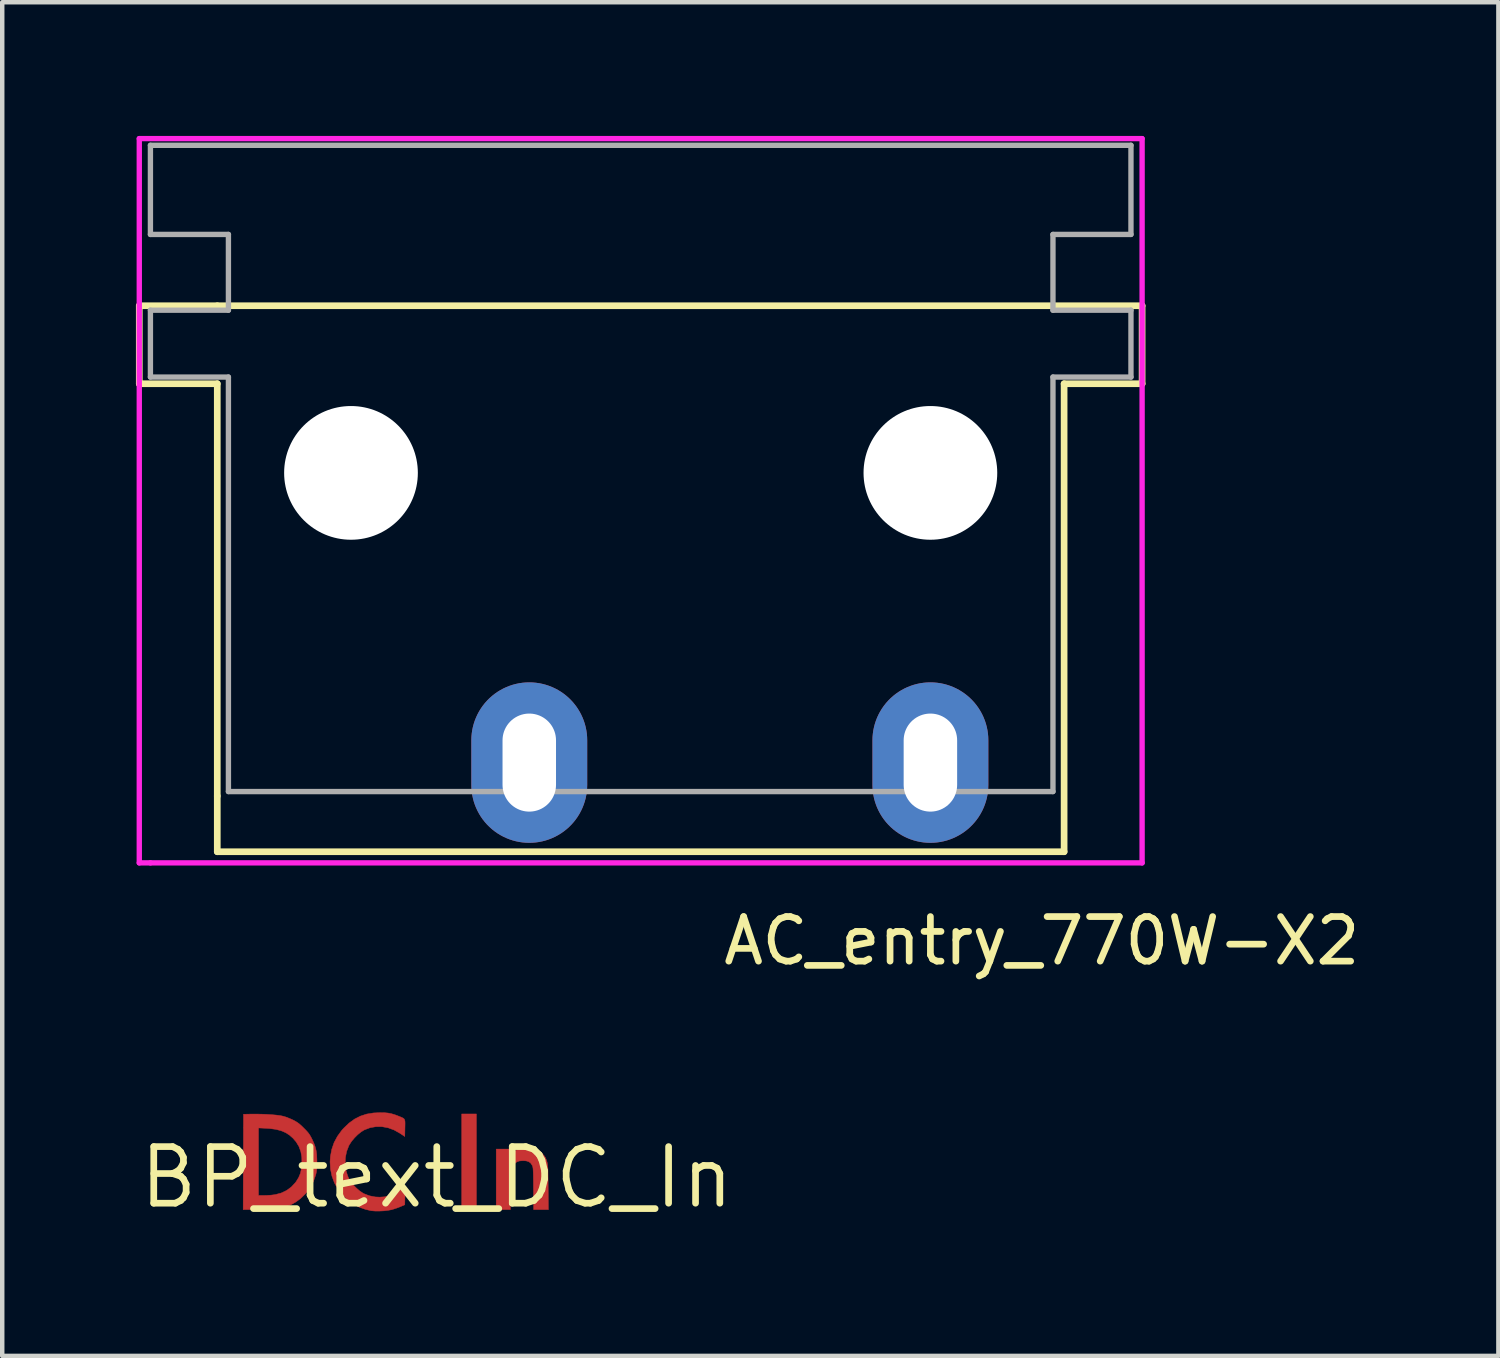
<source format=kicad_pcb>
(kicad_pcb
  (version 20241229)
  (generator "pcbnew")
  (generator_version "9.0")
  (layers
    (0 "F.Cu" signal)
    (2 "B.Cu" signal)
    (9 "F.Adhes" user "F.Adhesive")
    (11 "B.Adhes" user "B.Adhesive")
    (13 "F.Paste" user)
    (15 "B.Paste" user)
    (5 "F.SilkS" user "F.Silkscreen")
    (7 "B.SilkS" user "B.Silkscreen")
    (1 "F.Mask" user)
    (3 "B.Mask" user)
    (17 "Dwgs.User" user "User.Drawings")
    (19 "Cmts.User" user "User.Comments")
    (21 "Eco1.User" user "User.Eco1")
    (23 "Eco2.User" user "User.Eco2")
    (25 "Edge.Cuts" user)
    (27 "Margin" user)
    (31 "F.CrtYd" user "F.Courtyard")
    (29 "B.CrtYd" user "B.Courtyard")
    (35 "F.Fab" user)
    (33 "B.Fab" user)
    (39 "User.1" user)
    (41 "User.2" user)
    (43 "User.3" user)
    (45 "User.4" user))
  (footprint "BP_text_DC_In"
    (layer "F.Cu")
    (at 6.75 23.366)
    (property "Reference" "BP_text_DC_In" (at 0 0 0) (layer "F.SilkS") (effects (font (size 1.27 1.27) (thickness 0.15))))
    (attr through_hole)
    (fp_poly (pts (xy 0.889 0.724) (xy 0.559 0.724) (xy 0.559 -1.422) (xy 0.889 -1.422) (xy 0.889 0.724)) (stroke (width 0.01) (type solid)) (fill yes) (layer "F.Cu"))
    (fp_poly (pts (xy 2.125 -0.658) (xy 2.207 -0.639) (xy 2.278 -0.605) (xy 2.345 -0.553) (xy 2.364 -0.535) (xy 2.406 -0.489) (xy 2.435 -0.448) (xy 2.456 -0.399) (xy 2.465 -0.375) (xy 2.472 -0.351) (xy 2.478 -0.329) (xy 2.483 -0.304) (xy 2.487 -0.275) (xy 2.49 -0.239) (xy 2.493 -0.192) (xy 2.495 -0.132) (xy 2.496 -0.056) (xy 2.497 0.039) (xy 2.498 0.154) (xy 2.499 0.219) (xy 2.504 0.724) (xy 2.173 0.724) (xy 2.169 0.251) (xy 2.168 0.129) (xy 2.167 0.029) (xy 2.166 -0.05) (xy 2.164 -0.112) (xy 2.162 -0.16) (xy 2.16 -0.195) (xy 2.156 -0.221) (xy 2.152 -0.241) (xy 2.146 -0.257) (xy 2.139 -0.271) (xy 2.137 -0.276) (xy 2.104 -0.323) (xy 2.061 -0.353) (xy 2.004 -0.37) (xy 1.937 -0.374) (xy 1.859 -0.369) (xy 1.8 -0.35) (xy 1.754 -0.316) (xy 1.717 -0.263) (xy 1.711 -0.253) (xy 1.695 -0.216) (xy 1.682 -0.174) (xy 1.672 -0.122) (xy 1.664 -0.06) (xy 1.658 0.017) (xy 1.654 0.11) (xy 1.652 0.223) (xy 1.651 0.358) (xy 1.651 0.384) (xy 1.651 0.724) (xy 1.333 0.724) (xy 1.333 -0.635) (xy 1.651 -0.635) (xy 1.651 -0.519) (xy 1.715 -0.565) (xy 1.791 -0.614) (xy 1.866 -0.645) (xy 1.948 -0.661) (xy 2.026 -0.664) (xy 2.125 -0.658)) (stroke (width 0.01) (type solid)) (fill yes) (layer "F.Cu"))
    (fp_poly (pts (xy -3.929 -1.418) (xy -3.813 -1.413) (xy -3.702 -1.406) (xy -3.601 -1.397) (xy -3.516 -1.386) (xy -3.451 -1.373) (xy -3.448 -1.372) (xy -3.39 -1.355) (xy -3.322 -1.329) (xy -3.253 -1.3) (xy -3.226 -1.287) (xy -3.169 -1.257) (xy -3.123 -1.228) (xy -3.079 -1.195) (xy -3.03 -1.151) (xy -2.983 -1.105) (xy -2.929 -1.05) (xy -2.889 -1.005) (xy -2.857 -0.962) (xy -2.83 -0.917) (xy -2.802 -0.864) (xy -2.759 -0.77) (xy -2.728 -0.685) (xy -2.707 -0.602) (xy -2.695 -0.512) (xy -2.69 -0.409) (xy -2.689 -0.349) (xy -2.69 -0.265) (xy -2.693 -0.199) (xy -2.698 -0.145) (xy -2.706 -0.097) (xy -2.716 -0.057) (xy -2.769 0.095) (xy -2.845 0.236) (xy -2.941 0.362) (xy -3.056 0.473) (xy -3.076 0.489) (xy -3.153 0.545) (xy -3.23 0.592) (xy -3.31 0.631) (xy -3.395 0.662) (xy -3.49 0.685) (xy -3.597 0.703) (xy -3.719 0.714) (xy -3.86 0.721) (xy -4.022 0.724) (xy -4.065 0.724) (xy -4.344 0.724) (xy -4.343 0.406) (xy -4 0.406) (xy -3.869 0.406) (xy -3.797 0.404) (xy -3.718 0.399) (xy -3.647 0.39) (xy -3.625 0.387) (xy -3.492 0.352) (xy -3.372 0.295) (xy -3.265 0.217) (xy -3.174 0.12) (xy -3.156 0.096) (xy -3.099 0.003) (xy -3.059 -0.093) (xy -3.036 -0.198) (xy -3.026 -0.311) (xy -3.029 -0.453) (xy -3.051 -0.579) (xy -3.093 -0.693) (xy -3.156 -0.797) (xy -3.226 -0.878) (xy -3.306 -0.949) (xy -3.395 -1.005) (xy -3.495 -1.047) (xy -3.61 -1.077) (xy -3.742 -1.095) (xy -3.832 -1.101) (xy -4 -1.109) (xy -4 0.406) (xy -4.343 0.406) (xy -4.34 -0.346) (xy -4.337 -1.416) (xy -4.159 -1.42) (xy -4.046 -1.42) (xy -3.929 -1.418)) (stroke (width 0.01) (type solid)) (fill yes) (layer "F.Cu"))
    (fp_poly (pts (xy -1.178 -1.451) (xy -1.094 -1.443) (xy -1.017 -1.428) (xy -0.937 -1.404) (xy -0.851 -1.371) (xy -0.799 -1.35) (xy -0.762 -1.333) (xy -0.737 -1.316) (xy -0.722 -1.293) (xy -0.714 -1.261) (xy -0.712 -1.214) (xy -0.713 -1.149) (xy -0.714 -1.108) (xy -0.718 -0.917) (xy -0.828 -0.99) (xy -0.958 -1.063) (xy -1.092 -1.112) (xy -1.227 -1.137) (xy -1.361 -1.138) (xy -1.494 -1.115) (xy -1.621 -1.067) (xy -1.626 -1.065) (xy -1.697 -1.021) (xy -1.773 -0.96) (xy -1.846 -0.887) (xy -1.911 -0.81) (xy -1.961 -0.733) (xy -1.973 -0.711) (xy -2.023 -0.582) (xy -2.05 -0.446) (xy -2.056 -0.307) (xy -2.04 -0.169) (xy -2.002 -0.038) (xy -1.966 0.042) (xy -1.923 0.108) (xy -1.865 0.179) (xy -1.797 0.247) (xy -1.727 0.307) (xy -1.659 0.353) (xy -1.638 0.365) (xy -1.514 0.413) (xy -1.383 0.439) (xy -1.282 0.444) (xy -1.167 0.436) (xy -1.058 0.411) (xy -0.952 0.367) (xy -0.843 0.301) (xy -0.784 0.259) (xy -0.711 0.203) (xy -0.714 0.409) (xy -0.718 0.615) (xy -0.816 0.657) (xy -0.879 0.682) (xy -0.95 0.706) (xy -1.013 0.725) (xy -1.013 0.725) (xy -1.092 0.74) (xy -1.185 0.751) (xy -1.285 0.756) (xy -1.381 0.756) (xy -1.463 0.749) (xy -1.473 0.748) (xy -1.602 0.718) (xy -1.733 0.671) (xy -1.857 0.609) (xy -1.943 0.553) (xy -2 0.506) (xy -2.064 0.445) (xy -2.127 0.378) (xy -2.183 0.312) (xy -2.217 0.265) (xy -2.296 0.124) (xy -2.352 -0.027) (xy -2.385 -0.185) (xy -2.395 -0.349) (xy -2.387 -0.466) (xy -2.356 -0.63) (xy -2.304 -0.781) (xy -2.228 -0.923) (xy -2.13 -1.057) (xy -2.085 -1.106) (xy -1.967 -1.219) (xy -1.844 -1.308) (xy -1.714 -1.374) (xy -1.574 -1.42) (xy -1.421 -1.445) (xy -1.276 -1.452) (xy -1.178 -1.451)) (stroke (width 0.01) (type solid)) (fill yes) (layer "F.Cu"))
    (fp_poly (pts (xy 0.889 0.724) (xy 0.559 0.724) (xy 0.559 -1.422) (xy 0.889 -1.422) (xy 0.889 0.724)) (stroke (width 0.01) (type solid)) (fill yes) (layer "F.Mask"))
    (fp_poly (pts (xy 2.125 -0.658) (xy 2.207 -0.639) (xy 2.278 -0.605) (xy 2.345 -0.553) (xy 2.364 -0.535) (xy 2.406 -0.489) (xy 2.435 -0.448) (xy 2.456 -0.399) (xy 2.465 -0.375) (xy 2.472 -0.351) (xy 2.478 -0.329) (xy 2.483 -0.304) (xy 2.487 -0.275) (xy 2.49 -0.239) (xy 2.493 -0.192) (xy 2.495 -0.132) (xy 2.496 -0.056) (xy 2.497 0.039) (xy 2.498 0.154) (xy 2.499 0.219) (xy 2.504 0.724) (xy 2.173 0.724) (xy 2.169 0.251) (xy 2.168 0.129) (xy 2.167 0.029) (xy 2.166 -0.05) (xy 2.164 -0.112) (xy 2.162 -0.16) (xy 2.16 -0.195) (xy 2.156 -0.221) (xy 2.152 -0.241) (xy 2.146 -0.257) (xy 2.139 -0.271) (xy 2.137 -0.276) (xy 2.104 -0.323) (xy 2.061 -0.353) (xy 2.004 -0.37) (xy 1.937 -0.374) (xy 1.859 -0.369) (xy 1.8 -0.35) (xy 1.754 -0.316) (xy 1.717 -0.263) (xy 1.711 -0.253) (xy 1.695 -0.216) (xy 1.682 -0.174) (xy 1.672 -0.122) (xy 1.664 -0.06) (xy 1.658 0.017) (xy 1.654 0.11) (xy 1.652 0.223) (xy 1.651 0.358) (xy 1.651 0.384) (xy 1.651 0.724) (xy 1.333 0.724) (xy 1.333 -0.635) (xy 1.651 -0.635) (xy 1.651 -0.519) (xy 1.715 -0.565) (xy 1.791 -0.614) (xy 1.866 -0.645) (xy 1.948 -0.661) (xy 2.026 -0.664) (xy 2.125 -0.658)) (stroke (width 0.01) (type solid)) (fill yes) (layer "F.Mask"))
    (fp_poly (pts (xy -3.929 -1.418) (xy -3.813 -1.413) (xy -3.702 -1.406) (xy -3.601 -1.397) (xy -3.516 -1.386) (xy -3.451 -1.373) (xy -3.448 -1.372) (xy -3.39 -1.355) (xy -3.322 -1.329) (xy -3.253 -1.3) (xy -3.226 -1.287) (xy -3.169 -1.257) (xy -3.123 -1.228) (xy -3.079 -1.195) (xy -3.03 -1.151) (xy -2.983 -1.105) (xy -2.929 -1.05) (xy -2.889 -1.005) (xy -2.857 -0.962) (xy -2.83 -0.917) (xy -2.802 -0.864) (xy -2.759 -0.77) (xy -2.728 -0.685) (xy -2.707 -0.602) (xy -2.695 -0.512) (xy -2.69 -0.409) (xy -2.689 -0.349) (xy -2.69 -0.265) (xy -2.693 -0.199) (xy -2.698 -0.145) (xy -2.706 -0.097) (xy -2.716 -0.057) (xy -2.769 0.095) (xy -2.845 0.236) (xy -2.941 0.362) (xy -3.056 0.473) (xy -3.076 0.489) (xy -3.153 0.545) (xy -3.23 0.592) (xy -3.31 0.631) (xy -3.395 0.662) (xy -3.49 0.685) (xy -3.597 0.703) (xy -3.719 0.714) (xy -3.86 0.721) (xy -4.022 0.724) (xy -4.065 0.724) (xy -4.344 0.724) (xy -4.343 0.406) (xy -4 0.406) (xy -3.869 0.406) (xy -3.797 0.404) (xy -3.718 0.399) (xy -3.647 0.39) (xy -3.625 0.387) (xy -3.492 0.352) (xy -3.372 0.295) (xy -3.265 0.217) (xy -3.174 0.12) (xy -3.156 0.096) (xy -3.099 0.003) (xy -3.059 -0.093) (xy -3.036 -0.198) (xy -3.026 -0.311) (xy -3.029 -0.453) (xy -3.051 -0.579) (xy -3.093 -0.693) (xy -3.156 -0.797) (xy -3.226 -0.878) (xy -3.306 -0.949) (xy -3.395 -1.005) (xy -3.495 -1.047) (xy -3.61 -1.077) (xy -3.742 -1.095) (xy -3.832 -1.101) (xy -4 -1.109) (xy -4 0.406) (xy -4.343 0.406) (xy -4.34 -0.346) (xy -4.337 -1.416) (xy -4.159 -1.42) (xy -4.046 -1.42) (xy -3.929 -1.418)) (stroke (width 0.01) (type solid)) (fill yes) (layer "F.Mask"))
    (fp_poly (pts (xy -1.178 -1.451) (xy -1.094 -1.443) (xy -1.017 -1.428) (xy -0.937 -1.404) (xy -0.851 -1.371) (xy -0.799 -1.35) (xy -0.762 -1.333) (xy -0.737 -1.316) (xy -0.722 -1.293) (xy -0.714 -1.261) (xy -0.712 -1.214) (xy -0.713 -1.149) (xy -0.714 -1.108) (xy -0.718 -0.917) (xy -0.828 -0.99) (xy -0.958 -1.063) (xy -1.092 -1.112) (xy -1.227 -1.137) (xy -1.361 -1.138) (xy -1.494 -1.115) (xy -1.621 -1.067) (xy -1.626 -1.065) (xy -1.697 -1.021) (xy -1.773 -0.96) (xy -1.846 -0.887) (xy -1.911 -0.81) (xy -1.961 -0.733) (xy -1.973 -0.711) (xy -2.023 -0.582) (xy -2.05 -0.446) (xy -2.056 -0.307) (xy -2.04 -0.169) (xy -2.002 -0.038) (xy -1.966 0.042) (xy -1.923 0.108) (xy -1.865 0.179) (xy -1.797 0.247) (xy -1.727 0.307) (xy -1.659 0.353) (xy -1.638 0.365) (xy -1.514 0.413) (xy -1.383 0.439) (xy -1.282 0.444) (xy -1.167 0.436) (xy -1.058 0.411) (xy -0.952 0.367) (xy -0.843 0.301) (xy -0.784 0.259) (xy -0.711 0.203) (xy -0.714 0.409) (xy -0.718 0.615) (xy -0.816 0.657) (xy -0.879 0.682) (xy -0.95 0.706) (xy -1.013 0.725) (xy -1.013 0.725) (xy -1.092 0.74) (xy -1.185 0.751) (xy -1.285 0.756) (xy -1.381 0.756) (xy -1.463 0.749) (xy -1.473 0.748) (xy -1.602 0.718) (xy -1.733 0.671) (xy -1.857 0.609) (xy -1.943 0.553) (xy -2 0.506) (xy -2.064 0.445) (xy -2.127 0.378) (xy -2.183 0.312) (xy -2.217 0.265) (xy -2.296 0.124) (xy -2.352 -0.027) (xy -2.385 -0.185) (xy -2.395 -0.349) (xy -2.387 -0.466) (xy -2.356 -0.63) (xy -2.304 -0.781) (xy -2.228 -0.923) (xy -2.13 -1.057) (xy -2.085 -1.106) (xy -1.967 -1.219) (xy -1.844 -1.308) (xy -1.714 -1.374) (xy -1.574 -1.42) (xy -1.421 -1.445) (xy -1.276 -1.452) (xy -1.178 -1.451)) (stroke (width 0.01) (type solid)) (fill yes) (layer "F.Mask")))
  (footprint "AC_entry_770W-X2"
    (layer "F.Cu")
    (at 11.325 14.06)
    (property "Reference" "AC_entry_770W-X2" (at 9 4 0) (layer "F.SilkS") (effects (font (size 1 1) (thickness 0.15))))
    (attr through_hole)
    (fp_line (start -11.25 -10.25) (end -9.5 -10.25) (stroke (width 0.15) (type solid)) (layer "F.SilkS"))
    (fp_line (start -11.25 -8.5) (end -11.25 -10.25) (stroke (width 0.15) (type solid)) (layer "F.SilkS"))
    (fp_line (start -9.5 -10.25) (end 11.25 -10.25) (stroke (width 0.15) (type solid)) (layer "F.SilkS"))
    (fp_line (start -9.5 -8.5) (end -11.25 -8.5) (stroke (width 0.15) (type solid)) (layer "F.SilkS"))
    (fp_line (start -9.5 0.75) (end -9.5 -8.5) (stroke (width 0.15) (type solid)) (layer "F.SilkS"))
    (fp_line (start -9.5 0.75) (end -9.5 2) (stroke (width 0.15) (type solid)) (layer "F.SilkS"))
    (fp_line (start -9.5 2) (end 9.5 2) (stroke (width 0.15) (type solid)) (layer "F.SilkS"))
    (fp_line (start 9.5 2) (end 9.5 -8.5) (stroke (width 0.15) (type solid)) (layer "F.SilkS"))
    (fp_line (start 11.25 -10.25) (end 11.25 -8.5) (stroke (width 0.15) (type solid)) (layer "F.SilkS"))
    (fp_line (start 11.25 -8.5) (end 9.5 -8.5) (stroke (width 0.15) (type solid)) (layer "F.SilkS"))
    (fp_line (start -11.25 -14) (end 11.25 -14) (stroke (width 0.12) (type solid)) (layer "F.CrtYd"))
    (fp_line (start -11.25 2.25) (end -11.25 -14) (stroke (width 0.12) (type solid)) (layer "F.CrtYd"))
    (fp_line (start -11 2.25) (end -11.25 2.25) (stroke (width 0.12) (type solid)) (layer "F.CrtYd"))
    (fp_line (start 11.25 -14) (end 11.25 2.25) (stroke (width 0.12) (type solid)) (layer "F.CrtYd"))
    (fp_line (start 11.25 2.25) (end -11 2.25) (stroke (width 0.12) (type solid)) (layer "F.CrtYd"))
    (fp_line (start -11 -13.85) (end -11 -11.85) (stroke (width 0.12) (type solid)) (layer "F.Fab"))
    (fp_line (start -11 -13.85) (end 11 -13.85) (stroke (width 0.12) (type solid)) (layer "F.Fab"))
    (fp_line (start -11 -11.85) (end -9.25 -11.85) (stroke (width 0.12) (type solid)) (layer "F.Fab"))
    (fp_line (start -11 -10.15) (end -11 -8.65) (stroke (width 0.12) (type solid)) (layer "F.Fab"))
    (fp_line (start -11 -8.65) (end -9.25 -8.65) (stroke (width 0.12) (type solid)) (layer "F.Fab"))
    (fp_line (start -9.25 -11.85) (end -9.25 -10.15) (stroke (width 0.12) (type solid)) (layer "F.Fab"))
    (fp_line (start -9.25 -10.15) (end -11 -10.15) (stroke (width 0.12) (type solid)) (layer "F.Fab"))
    (fp_line (start -9.25 0.65) (end -9.25 -8.65) (stroke (width 0.12) (type solid)) (layer "F.Fab"))
    (fp_line (start -9.25 0.65) (end 9.25 0.65) (stroke (width 0.12) (type solid)) (layer "F.Fab"))
    (fp_line (start 9.25 -11.85) (end 9.25 -10.15) (stroke (width 0.12) (type solid)) (layer "F.Fab"))
    (fp_line (start 9.25 -11.85) (end 11 -11.85) (stroke (width 0.12) (type solid)) (layer "F.Fab"))
    (fp_line (start 9.25 -10.15) (end 11 -10.15) (stroke (width 0.12) (type solid)) (layer "F.Fab"))
    (fp_line (start 9.25 -8.65) (end 11 -8.65) (stroke (width 0.12) (type solid)) (layer "F.Fab"))
    (fp_line (start 9.25 0.65) (end 9.25 -8.65) (stroke (width 0.12) (type solid)) (layer "F.Fab"))
    (fp_line (start 11 -13.85) (end 11 -11.85) (stroke (width 0.12) (type solid)) (layer "F.Fab"))
    (fp_line (start 11 -10.15) (end 11 -8.65) (stroke (width 0.12) (type solid)) (layer "F.Fab"))
    (pad "" np_thru_hole circle (at -6.5 -6.5) (size 3 3) (drill 3) (layers "*.Cu" "*.Mask"))
    (pad "" np_thru_hole circle (at 6.5 -6.5) (size 3 3) (drill 3) (layers "*.Cu" "*.Mask"))
    (pad "1" thru_hole oval (at -2.5 0) (size 2.6 3.6) (drill oval 1.2 2.2) (layers "*.Cu" "*.Mask"))
    (pad "2" thru_hole oval (at 6.5 0) (size 2.6 3.6) (drill oval 1.2 2.2) (layers "*.Cu" "*.Mask")))
  (gr_rect
    (start -3 -3)
    (end 30.569 27.372)
    (stroke (width 0.1) (type default))
    (fill no)
    (layer "Edge.Cuts")))
</source>
